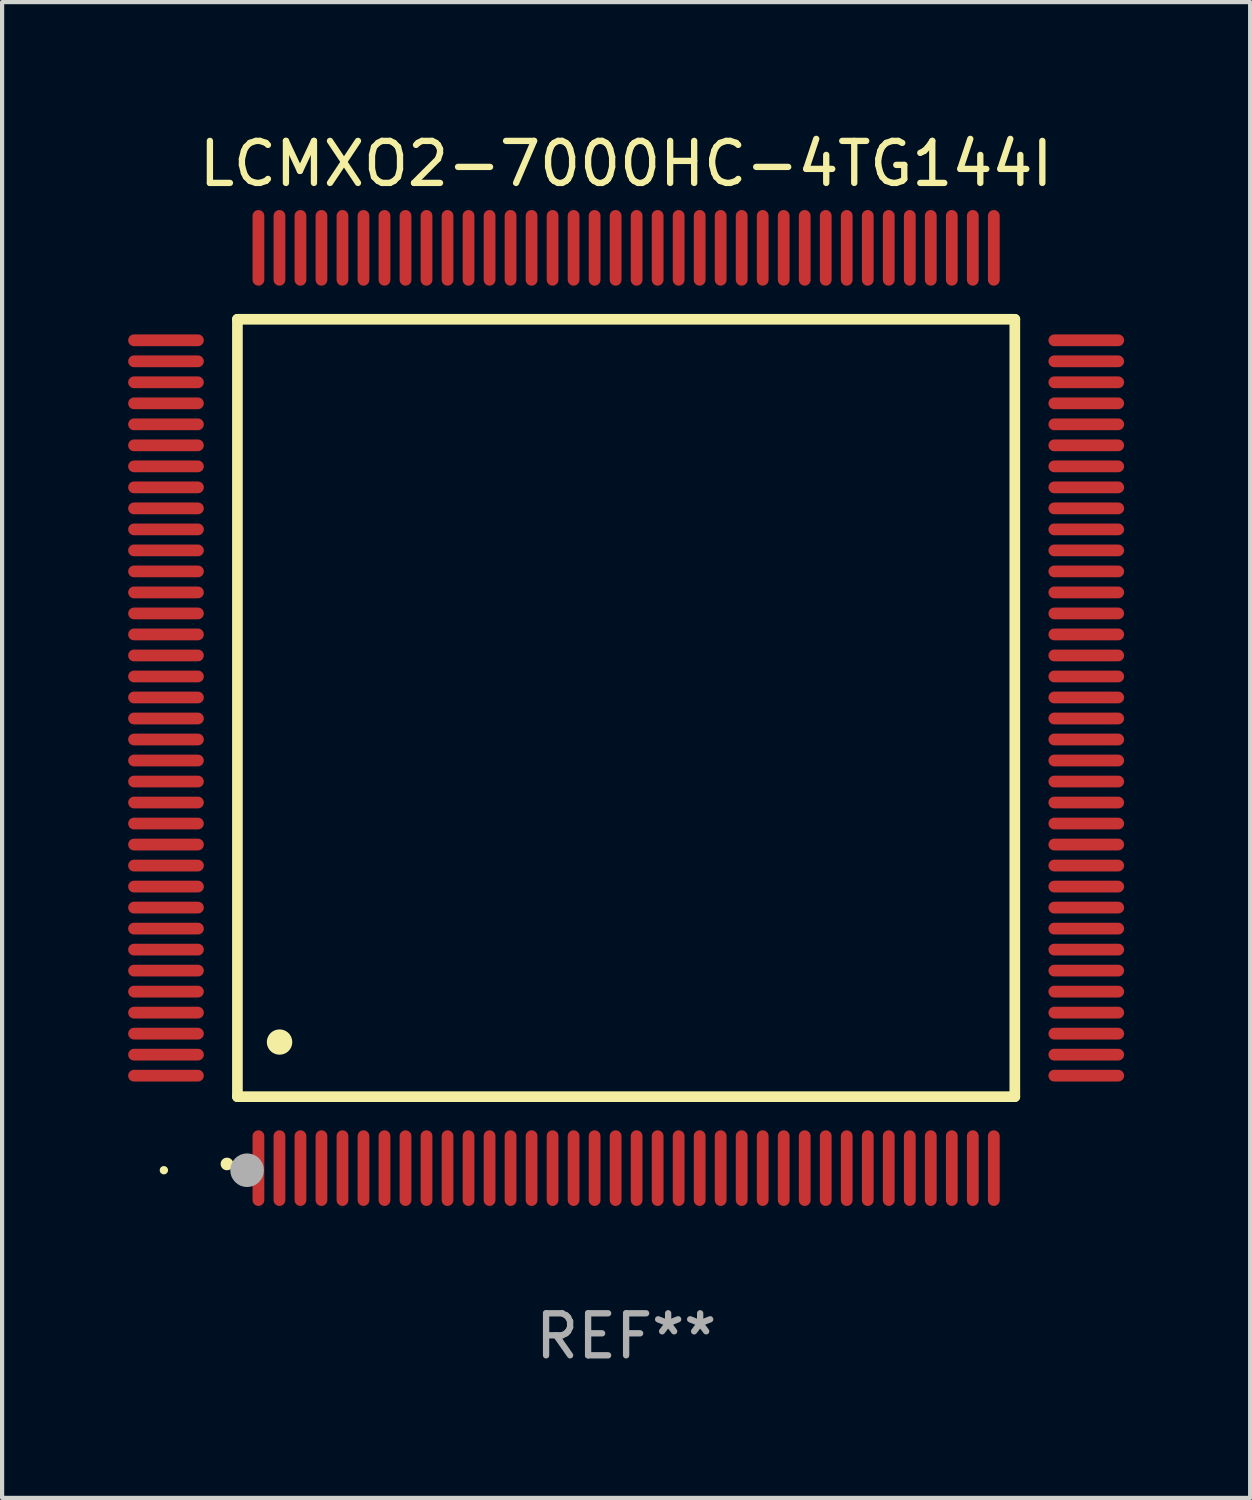
<source format=kicad_pcb>
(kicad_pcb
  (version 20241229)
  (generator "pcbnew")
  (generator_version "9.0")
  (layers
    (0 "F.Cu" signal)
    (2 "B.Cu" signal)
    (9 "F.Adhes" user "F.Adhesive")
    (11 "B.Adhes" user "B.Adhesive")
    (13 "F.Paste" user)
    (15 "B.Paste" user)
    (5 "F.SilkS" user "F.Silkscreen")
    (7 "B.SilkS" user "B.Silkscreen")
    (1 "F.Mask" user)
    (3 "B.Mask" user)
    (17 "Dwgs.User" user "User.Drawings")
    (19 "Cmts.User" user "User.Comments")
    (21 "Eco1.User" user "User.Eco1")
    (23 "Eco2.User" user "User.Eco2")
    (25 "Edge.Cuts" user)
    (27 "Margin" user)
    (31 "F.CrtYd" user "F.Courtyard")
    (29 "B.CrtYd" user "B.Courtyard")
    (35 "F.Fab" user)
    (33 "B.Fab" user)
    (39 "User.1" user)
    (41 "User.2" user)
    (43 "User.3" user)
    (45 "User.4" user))
  (footprint "LCMXO2-7000HC-4TG144I"
    (layer "F.Cu")
    (at 11.85 13.798)
    (property "Reference" "LCMXO2-7000HC-4TG144I" (at 0 -12.95 0) (layer "F.SilkS") (effects (font (size 1 1) (thickness 0.15))))
    (attr through_hole)
    (fp_line (start -9.25 -9.25) (end -9.25 9.25) (stroke (width 0.254) (type solid)) (layer "F.SilkS"))
    (fp_line (start -9.25 9.25) (end 9.25 9.25) (stroke (width 0.254) (type solid)) (layer "F.SilkS"))
    (fp_line (start 9.25 -9.25) (end -9.25 -9.25) (stroke (width 0.254) (type solid)) (layer "F.SilkS"))
    (fp_line (start 9.25 9.25) (end 9.25 -9.25) (stroke (width 0.254) (type solid)) (layer "F.SilkS"))
    (fp_arc (start -9.499619 10.850902) (mid -9.498349 10.850897) (end -9.497079 10.850902) (stroke (width 0.3) (type solid)) (layer "F.SilkS"))
    (fp_arc (start -8.249936 7.950216) (mid -8.247396 7.950205) (end -8.244856 7.950216) (stroke (width 0.6) (type solid)) (layer "F.SilkS"))
    (fp_circle (center -11 11) (end -10.95 11) (stroke (width 0.1) (type solid)) (fill no) (layer "F.SilkS"))
    (fp_circle (center -9.02 11) (end -8.82 11) (stroke (width 0.4) (type solid)) (fill no) (layer "F.Fab"))
    (fp_text user "REF**" (at 0 14.95 0) (layer "F.Fab") (effects (font (size 1 1) (thickness 0.15))))
    (pad "1" smd oval (at -8.75 10.95) (size 0.28 1.8) (layers "F.Cu" "F.Mask" "F.Paste"))
    (pad "2" smd oval (at -8.25 10.95) (size 0.28 1.8) (layers "F.Cu" "F.Mask" "F.Paste"))
    (pad "3" smd oval (at -7.75 10.95) (size 0.28 1.8) (layers "F.Cu" "F.Mask" "F.Paste"))
    (pad "4" smd oval (at -7.25 10.95) (size 0.28 1.8) (layers "F.Cu" "F.Mask" "F.Paste"))
    (pad "5" smd oval (at -6.75 10.95) (size 0.28 1.8) (layers "F.Cu" "F.Mask" "F.Paste"))
    (pad "6" smd oval (at -6.25 10.95) (size 0.28 1.8) (layers "F.Cu" "F.Mask" "F.Paste"))
    (pad "7" smd oval (at -5.75 10.95) (size 0.28 1.8) (layers "F.Cu" "F.Mask" "F.Paste"))
    (pad "8" smd oval (at -5.25 10.95) (size 0.28 1.8) (layers "F.Cu" "F.Mask" "F.Paste"))
    (pad "9" smd oval (at -4.75 10.95) (size 0.28 1.8) (layers "F.Cu" "F.Mask" "F.Paste"))
    (pad "10" smd oval (at -4.25 10.95) (size 0.28 1.8) (layers "F.Cu" "F.Mask" "F.Paste"))
    (pad "11" smd oval (at -3.75 10.95) (size 0.28 1.8) (layers "F.Cu" "F.Mask" "F.Paste"))
    (pad "12" smd oval (at -3.25 10.95) (size 0.28 1.8) (layers "F.Cu" "F.Mask" "F.Paste"))
    (pad "13" smd oval (at -2.75 10.95) (size 0.28 1.8) (layers "F.Cu" "F.Mask" "F.Paste"))
    (pad "14" smd oval (at -2.25 10.95) (size 0.28 1.8) (layers "F.Cu" "F.Mask" "F.Paste"))
    (pad "15" smd oval (at -1.75 10.95) (size 0.28 1.8) (layers "F.Cu" "F.Mask" "F.Paste"))
    (pad "16" smd oval (at -1.25 10.95) (size 0.28 1.8) (layers "F.Cu" "F.Mask" "F.Paste"))
    (pad "17" smd oval (at -0.75 10.95) (size 0.28 1.8) (layers "F.Cu" "F.Mask" "F.Paste"))
    (pad "18" smd oval (at -0.25 10.95) (size 0.28 1.8) (layers "F.Cu" "F.Mask" "F.Paste"))
    (pad "19" smd oval (at 0.25 10.95) (size 0.28 1.8) (layers "F.Cu" "F.Mask" "F.Paste"))
    (pad "20" smd oval (at 0.75 10.95) (size 0.28 1.8) (layers "F.Cu" "F.Mask" "F.Paste"))
    (pad "21" smd oval (at 1.25 10.95) (size 0.28 1.8) (layers "F.Cu" "F.Mask" "F.Paste"))
    (pad "22" smd oval (at 1.75 10.95) (size 0.28 1.8) (layers "F.Cu" "F.Mask" "F.Paste"))
    (pad "23" smd oval (at 2.25 10.95) (size 0.28 1.8) (layers "F.Cu" "F.Mask" "F.Paste"))
    (pad "24" smd oval (at 2.75 10.95) (size 0.28 1.8) (layers "F.Cu" "F.Mask" "F.Paste"))
    (pad "25" smd oval (at 3.25 10.95) (size 0.28 1.8) (layers "F.Cu" "F.Mask" "F.Paste"))
    (pad "26" smd oval (at 3.75 10.95) (size 0.28 1.8) (layers "F.Cu" "F.Mask" "F.Paste"))
    (pad "27" smd oval (at 4.25 10.95) (size 0.28 1.8) (layers "F.Cu" "F.Mask" "F.Paste"))
    (pad "28" smd oval (at 4.75 10.95) (size 0.28 1.8) (layers "F.Cu" "F.Mask" "F.Paste"))
    (pad "29" smd oval (at 5.25 10.95) (size 0.28 1.8) (layers "F.Cu" "F.Mask" "F.Paste"))
    (pad "30" smd oval (at 5.75 10.95) (size 0.28 1.8) (layers "F.Cu" "F.Mask" "F.Paste"))
    (pad "31" smd oval (at 6.25 10.95) (size 0.28 1.8) (layers "F.Cu" "F.Mask" "F.Paste"))
    (pad "32" smd oval (at 6.75 10.95) (size 0.28 1.8) (layers "F.Cu" "F.Mask" "F.Paste"))
    (pad "33" smd oval (at 7.25 10.95) (size 0.28 1.8) (layers "F.Cu" "F.Mask" "F.Paste"))
    (pad "34" smd oval (at 7.75 10.95) (size 0.28 1.8) (layers "F.Cu" "F.Mask" "F.Paste"))
    (pad "35" smd oval (at 8.25 10.95) (size 0.28 1.8) (layers "F.Cu" "F.Mask" "F.Paste"))
    (pad "36" smd oval (at 8.75 10.95) (size 0.28 1.8) (layers "F.Cu" "F.Mask" "F.Paste"))
    (pad "37" smd oval (at 10.95 8.75) (size 1.8 0.28) (layers "F.Cu" "F.Mask" "F.Paste"))
    (pad "38" smd oval (at 10.95 8.25) (size 1.8 0.28) (layers "F.Cu" "F.Mask" "F.Paste"))
    (pad "39" smd oval (at 10.95 7.75) (size 1.8 0.28) (layers "F.Cu" "F.Mask" "F.Paste"))
    (pad "40" smd oval (at 10.95 7.25) (size 1.8 0.28) (layers "F.Cu" "F.Mask" "F.Paste"))
    (pad "41" smd oval (at 10.95 6.75) (size 1.8 0.28) (layers "F.Cu" "F.Mask" "F.Paste"))
    (pad "42" smd oval (at 10.95 6.25) (size 1.8 0.28) (layers "F.Cu" "F.Mask" "F.Paste"))
    (pad "43" smd oval (at 10.95 5.75) (size 1.8 0.28) (layers "F.Cu" "F.Mask" "F.Paste"))
    (pad "44" smd oval (at 10.95 5.25) (size 1.8 0.28) (layers "F.Cu" "F.Mask" "F.Paste"))
    (pad "45" smd oval (at 10.95 4.75) (size 1.8 0.28) (layers "F.Cu" "F.Mask" "F.Paste"))
    (pad "46" smd oval (at 10.95 4.25) (size 1.8 0.28) (layers "F.Cu" "F.Mask" "F.Paste"))
    (pad "47" smd oval (at 10.95 3.75) (size 1.8 0.28) (layers "F.Cu" "F.Mask" "F.Paste"))
    (pad "48" smd oval (at 10.95 3.25) (size 1.8 0.28) (layers "F.Cu" "F.Mask" "F.Paste"))
    (pad "49" smd oval (at 10.95 2.75) (size 1.8 0.28) (layers "F.Cu" "F.Mask" "F.Paste"))
    (pad "50" smd oval (at 10.95 2.25) (size 1.8 0.28) (layers "F.Cu" "F.Mask" "F.Paste"))
    (pad "51" smd oval (at 10.95 1.75) (size 1.8 0.28) (layers "F.Cu" "F.Mask" "F.Paste"))
    (pad "52" smd oval (at 10.95 1.25) (size 1.8 0.28) (layers "F.Cu" "F.Mask" "F.Paste"))
    (pad "53" smd oval (at 10.95 0.75) (size 1.8 0.28) (layers "F.Cu" "F.Mask" "F.Paste"))
    (pad "54" smd oval (at 10.95 0.25) (size 1.8 0.28) (layers "F.Cu" "F.Mask" "F.Paste"))
    (pad "55" smd oval (at 10.95 -0.25) (size 1.8 0.28) (layers "F.Cu" "F.Mask" "F.Paste"))
    (pad "56" smd oval (at 10.95 -0.75) (size 1.8 0.28) (layers "F.Cu" "F.Mask" "F.Paste"))
    (pad "57" smd oval (at 10.95 -1.25) (size 1.8 0.28) (layers "F.Cu" "F.Mask" "F.Paste"))
    (pad "58" smd oval (at 10.95 -1.75) (size 1.8 0.28) (layers "F.Cu" "F.Mask" "F.Paste"))
    (pad "59" smd oval (at 10.95 -2.25) (size 1.8 0.28) (layers "F.Cu" "F.Mask" "F.Paste"))
    (pad "60" smd oval (at 10.95 -2.75) (size 1.8 0.28) (layers "F.Cu" "F.Mask" "F.Paste"))
    (pad "61" smd oval (at 10.95 -3.25) (size 1.8 0.28) (layers "F.Cu" "F.Mask" "F.Paste"))
    (pad "62" smd oval (at 10.95 -3.75) (size 1.8 0.28) (layers "F.Cu" "F.Mask" "F.Paste"))
    (pad "63" smd oval (at 10.95 -4.25) (size 1.8 0.28) (layers "F.Cu" "F.Mask" "F.Paste"))
    (pad "64" smd oval (at 10.95 -4.75) (size 1.8 0.28) (layers "F.Cu" "F.Mask" "F.Paste"))
    (pad "65" smd oval (at 10.95 -5.25) (size 1.8 0.28) (layers "F.Cu" "F.Mask" "F.Paste"))
    (pad "66" smd oval (at 10.95 -5.75) (size 1.8 0.28) (layers "F.Cu" "F.Mask" "F.Paste"))
    (pad "67" smd oval (at 10.95 -6.25) (size 1.8 0.28) (layers "F.Cu" "F.Mask" "F.Paste"))
    (pad "68" smd oval (at 10.95 -6.75) (size 1.8 0.28) (layers "F.Cu" "F.Mask" "F.Paste"))
    (pad "69" smd oval (at 10.95 -7.25) (size 1.8 0.28) (layers "F.Cu" "F.Mask" "F.Paste"))
    (pad "70" smd oval (at 10.95 -7.75) (size 1.8 0.28) (layers "F.Cu" "F.Mask" "F.Paste"))
    (pad "71" smd oval (at 10.95 -8.25) (size 1.8 0.28) (layers "F.Cu" "F.Mask" "F.Paste"))
    (pad "72" smd oval (at 10.95 -8.75) (size 1.8 0.28) (layers "F.Cu" "F.Mask" "F.Paste"))
    (pad "73" smd oval (at 8.75 -10.95) (size 0.28 1.8) (layers "F.Cu" "F.Mask" "F.Paste"))
    (pad "74" smd oval (at 8.25 -10.95) (size 0.28 1.8) (layers "F.Cu" "F.Mask" "F.Paste"))
    (pad "75" smd oval (at 7.75 -10.95) (size 0.28 1.8) (layers "F.Cu" "F.Mask" "F.Paste"))
    (pad "76" smd oval (at 7.25 -10.95) (size 0.28 1.8) (layers "F.Cu" "F.Mask" "F.Paste"))
    (pad "77" smd oval (at 6.75 -10.95) (size 0.28 1.8) (layers "F.Cu" "F.Mask" "F.Paste"))
    (pad "78" smd oval (at 6.25 -10.95) (size 0.28 1.8) (layers "F.Cu" "F.Mask" "F.Paste"))
    (pad "79" smd oval (at 5.75 -10.95) (size 0.28 1.8) (layers "F.Cu" "F.Mask" "F.Paste"))
    (pad "80" smd oval (at 5.25 -10.95) (size 0.28 1.8) (layers "F.Cu" "F.Mask" "F.Paste"))
    (pad "81" smd oval (at 4.75 -10.95) (size 0.28 1.8) (layers "F.Cu" "F.Mask" "F.Paste"))
    (pad "82" smd oval (at 4.25 -10.95) (size 0.28 1.8) (layers "F.Cu" "F.Mask" "F.Paste"))
    (pad "83" smd oval (at 3.75 -10.95) (size 0.28 1.8) (layers "F.Cu" "F.Mask" "F.Paste"))
    (pad "84" smd oval (at 3.25 -10.95) (size 0.28 1.8) (layers "F.Cu" "F.Mask" "F.Paste"))
    (pad "85" smd oval (at 2.75 -10.95) (size 0.28 1.8) (layers "F.Cu" "F.Mask" "F.Paste"))
    (pad "86" smd oval (at 2.25 -10.95) (size 0.28 1.8) (layers "F.Cu" "F.Mask" "F.Paste"))
    (pad "87" smd oval (at 1.75 -10.95) (size 0.28 1.8) (layers "F.Cu" "F.Mask" "F.Paste"))
    (pad "88" smd oval (at 1.25 -10.95) (size 0.28 1.8) (layers "F.Cu" "F.Mask" "F.Paste"))
    (pad "89" smd oval (at 0.75 -10.95) (size 0.28 1.8) (layers "F.Cu" "F.Mask" "F.Paste"))
    (pad "90" smd oval (at 0.25 -10.95) (size 0.28 1.8) (layers "F.Cu" "F.Mask" "F.Paste"))
    (pad "91" smd oval (at -0.25 -10.95) (size 0.28 1.8) (layers "F.Cu" "F.Mask" "F.Paste"))
    (pad "92" smd oval (at -0.75 -10.95) (size 0.28 1.8) (layers "F.Cu" "F.Mask" "F.Paste"))
    (pad "93" smd oval (at -1.25 -10.95) (size 0.28 1.8) (layers "F.Cu" "F.Mask" "F.Paste"))
    (pad "94" smd oval (at -1.75 -10.95) (size 0.28 1.8) (layers "F.Cu" "F.Mask" "F.Paste"))
    (pad "95" smd oval (at -2.25 -10.95) (size 0.28 1.8) (layers "F.Cu" "F.Mask" "F.Paste"))
    (pad "96" smd oval (at -2.75 -10.95) (size 0.28 1.8) (layers "F.Cu" "F.Mask" "F.Paste"))
    (pad "97" smd oval (at -3.25 -10.95) (size 0.28 1.8) (layers "F.Cu" "F.Mask" "F.Paste"))
    (pad "98" smd oval (at -3.75 -10.95) (size 0.28 1.8) (layers "F.Cu" "F.Mask" "F.Paste"))
    (pad "99" smd oval (at -4.25 -10.95) (size 0.28 1.8) (layers "F.Cu" "F.Mask" "F.Paste"))
    (pad "100" smd oval (at -4.75 -10.95) (size 0.28 1.8) (layers "F.Cu" "F.Mask" "F.Paste"))
    (pad "101" smd oval (at -5.25 -10.95) (size 0.28 1.8) (layers "F.Cu" "F.Mask" "F.Paste"))
    (pad "102" smd oval (at -5.75 -10.95) (size 0.28 1.8) (layers "F.Cu" "F.Mask" "F.Paste"))
    (pad "103" smd oval (at -6.25 -10.95) (size 0.28 1.8) (layers "F.Cu" "F.Mask" "F.Paste"))
    (pad "104" smd oval (at -6.75 -10.95) (size 0.28 1.8) (layers "F.Cu" "F.Mask" "F.Paste"))
    (pad "105" smd oval (at -7.25 -10.95) (size 0.28 1.8) (layers "F.Cu" "F.Mask" "F.Paste"))
    (pad "106" smd oval (at -7.75 -10.95) (size 0.28 1.8) (layers "F.Cu" "F.Mask" "F.Paste"))
    (pad "107" smd oval (at -8.25 -10.95) (size 0.28 1.8) (layers "F.Cu" "F.Mask" "F.Paste"))
    (pad "108" smd oval (at -8.75 -10.95) (size 0.28 1.8) (layers "F.Cu" "F.Mask" "F.Paste"))
    (pad "109" smd oval (at -10.95 -8.75) (size 1.8 0.28) (layers "F.Cu" "F.Mask" "F.Paste"))
    (pad "110" smd oval (at -10.95 -8.25) (size 1.8 0.28) (layers "F.Cu" "F.Mask" "F.Paste"))
    (pad "111" smd oval (at -10.95 -7.75) (size 1.8 0.28) (layers "F.Cu" "F.Mask" "F.Paste"))
    (pad "112" smd oval (at -10.95 -7.25) (size 1.8 0.28) (layers "F.Cu" "F.Mask" "F.Paste"))
    (pad "113" smd oval (at -10.95 -6.75) (size 1.8 0.28) (layers "F.Cu" "F.Mask" "F.Paste"))
    (pad "114" smd oval (at -10.95 -6.25) (size 1.8 0.28) (layers "F.Cu" "F.Mask" "F.Paste"))
    (pad "115" smd oval (at -10.95 -5.75) (size 1.8 0.28) (layers "F.Cu" "F.Mask" "F.Paste"))
    (pad "116" smd oval (at -10.95 -5.25) (size 1.8 0.28) (layers "F.Cu" "F.Mask" "F.Paste"))
    (pad "117" smd oval (at -10.95 -4.75) (size 1.8 0.28) (layers "F.Cu" "F.Mask" "F.Paste"))
    (pad "118" smd oval (at -10.95 -4.25) (size 1.8 0.28) (layers "F.Cu" "F.Mask" "F.Paste"))
    (pad "119" smd oval (at -10.95 -3.75) (size 1.8 0.28) (layers "F.Cu" "F.Mask" "F.Paste"))
    (pad "120" smd oval (at -10.95 -3.25) (size 1.8 0.28) (layers "F.Cu" "F.Mask" "F.Paste"))
    (pad "121" smd oval (at -10.95 -2.75) (size 1.8 0.28) (layers "F.Cu" "F.Mask" "F.Paste"))
    (pad "122" smd oval (at -10.95 -2.25) (size 1.8 0.28) (layers "F.Cu" "F.Mask" "F.Paste"))
    (pad "123" smd oval (at -10.95 -1.75) (size 1.8 0.28) (layers "F.Cu" "F.Mask" "F.Paste"))
    (pad "124" smd oval (at -10.95 -1.25) (size 1.8 0.28) (layers "F.Cu" "F.Mask" "F.Paste"))
    (pad "125" smd oval (at -10.95 -0.75) (size 1.8 0.28) (layers "F.Cu" "F.Mask" "F.Paste"))
    (pad "126" smd oval (at -10.95 -0.25) (size 1.8 0.28) (layers "F.Cu" "F.Mask" "F.Paste"))
    (pad "127" smd oval (at -10.95 0.25) (size 1.8 0.28) (layers "F.Cu" "F.Mask" "F.Paste"))
    (pad "128" smd oval (at -10.95 0.75) (size 1.8 0.28) (layers "F.Cu" "F.Mask" "F.Paste"))
    (pad "129" smd oval (at -10.95 1.25) (size 1.8 0.28) (layers "F.Cu" "F.Mask" "F.Paste"))
    (pad "130" smd oval (at -10.95 1.75) (size 1.8 0.28) (layers "F.Cu" "F.Mask" "F.Paste"))
    (pad "131" smd oval (at -10.95 2.25) (size 1.8 0.28) (layers "F.Cu" "F.Mask" "F.Paste"))
    (pad "132" smd oval (at -10.95 2.75) (size 1.8 0.28) (layers "F.Cu" "F.Mask" "F.Paste"))
    (pad "133" smd oval (at -10.95 3.25) (size 1.8 0.28) (layers "F.Cu" "F.Mask" "F.Paste"))
    (pad "134" smd oval (at -10.95 3.75) (size 1.8 0.28) (layers "F.Cu" "F.Mask" "F.Paste"))
    (pad "135" smd oval (at -10.95 4.25) (size 1.8 0.28) (layers "F.Cu" "F.Mask" "F.Paste"))
    (pad "136" smd oval (at -10.95 4.75) (size 1.8 0.28) (layers "F.Cu" "F.Mask" "F.Paste"))
    (pad "137" smd oval (at -10.95 5.25) (size 1.8 0.28) (layers "F.Cu" "F.Mask" "F.Paste"))
    (pad "138" smd oval (at -10.95 5.75) (size 1.8 0.28) (layers "F.Cu" "F.Mask" "F.Paste"))
    (pad "139" smd oval (at -10.95 6.25) (size 1.8 0.28) (layers "F.Cu" "F.Mask" "F.Paste"))
    (pad "140" smd oval (at -10.95 6.75) (size 1.8 0.28) (layers "F.Cu" "F.Mask" "F.Paste"))
    (pad "141" smd oval (at -10.95 7.25) (size 1.8 0.28) (layers "F.Cu" "F.Mask" "F.Paste"))
    (pad "142" smd oval (at -10.95 7.75) (size 1.8 0.28) (layers "F.Cu" "F.Mask" "F.Paste"))
    (pad "143" smd oval (at -10.95 8.25) (size 1.8 0.28) (layers "F.Cu" "F.Mask" "F.Paste"))
    (pad "144" smd oval (at -10.95 8.75) (size 1.8 0.28) (layers "F.Cu" "F.Mask" "F.Paste")))
  (gr_rect
    (start -3 -3)
    (end 26.7 32.596)
    (stroke (width 0.1) (type default))
    (fill no)
    (layer "Edge.Cuts")))
</source>
